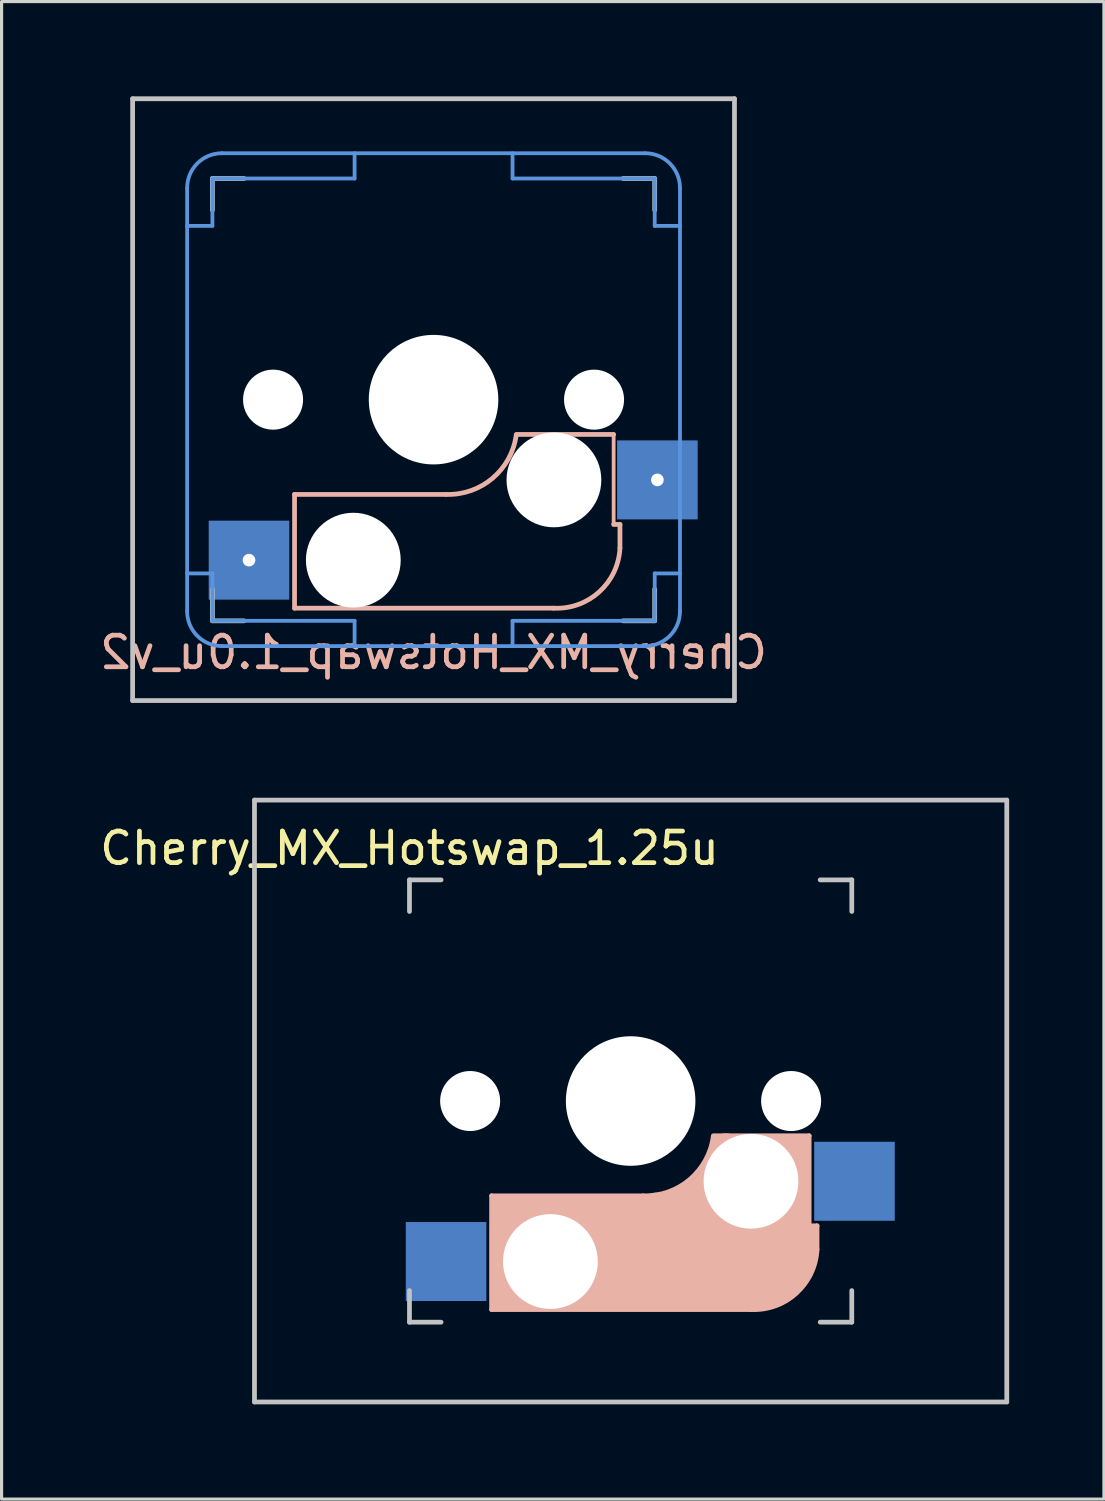
<source format=kicad_pcb>
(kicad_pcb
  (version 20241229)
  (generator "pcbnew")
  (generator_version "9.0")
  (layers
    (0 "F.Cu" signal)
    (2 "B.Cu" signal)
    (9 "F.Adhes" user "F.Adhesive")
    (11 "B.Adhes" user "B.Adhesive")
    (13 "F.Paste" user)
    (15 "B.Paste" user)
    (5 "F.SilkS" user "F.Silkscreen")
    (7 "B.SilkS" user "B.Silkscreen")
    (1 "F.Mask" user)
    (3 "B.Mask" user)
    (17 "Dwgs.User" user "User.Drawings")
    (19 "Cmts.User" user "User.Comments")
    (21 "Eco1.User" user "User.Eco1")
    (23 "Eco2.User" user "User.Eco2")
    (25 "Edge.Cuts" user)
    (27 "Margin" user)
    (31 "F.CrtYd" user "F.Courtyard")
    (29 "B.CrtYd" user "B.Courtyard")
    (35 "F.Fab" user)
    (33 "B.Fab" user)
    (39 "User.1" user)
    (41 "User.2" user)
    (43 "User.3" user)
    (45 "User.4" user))
  (footprint "Cherry_MX_Hotswap_1.0u_v2"
    (layer "F.Cu")
    (at 10.673 9.6)
    (property "Reference" "Cherry_MX_Hotswap_1.0u_v2" (at 0 8 180) (layer "B.SilkS") (effects (font (size 1 1) (thickness 0.15)) (justify mirror)))
    (attr through_hole)
    (fp_line (start -4.4 3) (end -4.4 6.6) (stroke (width 0.15) (type solid)) (layer "B.SilkS"))
    (fp_line (start -4.4 6.6) (end 3.8 6.6) (stroke (width 0.15) (type solid)) (layer "B.SilkS"))
    (fp_line (start 0.4 3) (end -4.4 3) (stroke (width 0.15) (type solid)) (layer "B.SilkS"))
    (fp_line (start 5.7 1.1) (end 2.62 1.1) (stroke (width 0.15) (type solid)) (layer "B.SilkS"))
    (fp_line (start 5.7 3.95) (end 5.7 1.1) (stroke (width 0.12) (type solid)) (layer "B.SilkS"))
    (fp_line (start 5.9 3.95) (end 5.7 3.95) (stroke (width 0.15) (type solid)) (layer "B.SilkS"))
    (fp_line (start 5.9 4.7) (end 5.9 3.95) (stroke (width 0.15) (type solid)) (layer "B.SilkS"))
    (fp_arc (start 2.616318 1.121471) (mid 1.868709 2.486118) (end 0.4 3) (stroke (width 0.15) (type solid)) (layer "B.SilkS"))
    (fp_arc (start 5.9 4.699999) (mid 5.243504 6.084924) (end 3.800001 6.6) (stroke (width 0.15) (type solid)) (layer "B.SilkS"))
    (fp_line (start -9.525 -9.525) (end 9.525 -9.525) (stroke (width 0.15) (type solid)) (layer "Dwgs.User"))
    (fp_line (start -9.525 9.525) (end -9.525 -9.525) (stroke (width 0.15) (type solid)) (layer "Dwgs.User"))
    (fp_line (start -7 -7) (end -7 -6) (stroke (width 0.15) (type solid)) (layer "Dwgs.User"))
    (fp_line (start -7 7) (end -7 6) (stroke (width 0.15) (type solid)) (layer "Dwgs.User"))
    (fp_line (start -7 7) (end -6 7) (stroke (width 0.15) (type solid)) (layer "Dwgs.User"))
    (fp_line (start -6 -7) (end -7 -7) (stroke (width 0.15) (type solid)) (layer "Dwgs.User"))
    (fp_line (start 7 -7) (end 6 -7) (stroke (width 0.15) (type solid)) (layer "Dwgs.User"))
    (fp_line (start 7 -6) (end 7 -7) (stroke (width 0.15) (type solid)) (layer "Dwgs.User"))
    (fp_line (start 7 6) (end 7 7) (stroke (width 0.15) (type solid)) (layer "Dwgs.User"))
    (fp_line (start 7 7) (end 6 7) (stroke (width 0.15) (type solid)) (layer "Dwgs.User"))
    (fp_line (start 9.525 -9.525) (end 9.525 9.525) (stroke (width 0.15) (type solid)) (layer "Dwgs.User"))
    (fp_line (start 9.525 9.525) (end -9.525 9.525) (stroke (width 0.15) (type solid)) (layer "Dwgs.User"))
    (fp_line (start -7.8 -6.7) (end -7.8 6.7) (stroke (width 0.12) (type solid)) (layer "Cmts.User"))
    (fp_line (start -7 -7) (end -2.5 -7) (stroke (width 0.12) (type solid)) (layer "Cmts.User"))
    (fp_line (start -7 -5.5) (end -7.8 -5.5) (stroke (width 0.12) (type solid)) (layer "Cmts.User"))
    (fp_line (start -7 -5.5) (end -7 -7) (stroke (width 0.12) (type solid)) (layer "Cmts.User"))
    (fp_line (start -7 5.5) (end -7.8 5.5) (stroke (width 0.12) (type solid)) (layer "Cmts.User"))
    (fp_line (start -7 5.5) (end -7 7) (stroke (width 0.12) (type solid)) (layer "Cmts.User"))
    (fp_line (start -7 7) (end -2.5 7) (stroke (width 0.12) (type solid)) (layer "Cmts.User"))
    (fp_line (start -6.7 7.8) (end 6.7 7.8) (stroke (width 0.12) (type solid)) (layer "Cmts.User"))
    (fp_line (start -2.5 -7) (end -2.5 -7.8) (stroke (width 0.12) (type solid)) (layer "Cmts.User"))
    (fp_line (start -2.5 7) (end -2.5 7.8) (stroke (width 0.12) (type solid)) (layer "Cmts.User"))
    (fp_line (start 2.5 -7) (end 2.5 -7.8) (stroke (width 0.12) (type solid)) (layer "Cmts.User"))
    (fp_line (start 2.5 7) (end 2.5 7.8) (stroke (width 0.12) (type solid)) (layer "Cmts.User"))
    (fp_line (start 6.7 -7.8) (end -6.7 -7.8) (stroke (width 0.12) (type solid)) (layer "Cmts.User"))
    (fp_line (start 7 -7) (end 2.5 -7) (stroke (width 0.12) (type solid)) (layer "Cmts.User"))
    (fp_line (start 7 -5.5) (end 7 -7) (stroke (width 0.12) (type solid)) (layer "Cmts.User"))
    (fp_line (start 7 -5.5) (end 7.8 -5.5) (stroke (width 0.12) (type solid)) (layer "Cmts.User"))
    (fp_line (start 7 5.5) (end 7 7) (stroke (width 0.12) (type solid)) (layer "Cmts.User"))
    (fp_line (start 7 5.5) (end 7.8 5.5) (stroke (width 0.12) (type solid)) (layer "Cmts.User"))
    (fp_line (start 7 7) (end 2.5 7) (stroke (width 0.12) (type solid)) (layer "Cmts.User"))
    (fp_line (start 7.8 6.7) (end 7.8 -6.7) (stroke (width 0.12) (type solid)) (layer "Cmts.User"))
    (fp_arc (start -7.8 -6.7) (mid -7.477817 -7.477817) (end -6.7 -7.8) (stroke (width 0.12) (type solid)) (layer "Cmts.User"))
    (fp_arc (start -6.7 7.8) (mid -7.477817 7.477817) (end -7.8 6.7) (stroke (width 0.12) (type solid)) (layer "Cmts.User"))
    (fp_arc (start 6.7 -7.8) (mid 7.477817 -7.477817) (end 7.8 -6.7) (stroke (width 0.12) (type solid)) (layer "Cmts.User"))
    (fp_arc (start 7.8 6.7) (mid 7.477817 7.477817) (end 6.7 7.8) (stroke (width 0.12) (type solid)) (layer "Cmts.User"))
    (pad "" np_thru_hole circle (at -5.08 0 180) (size 1.9 1.9) (drill 1.9) (layers "*.Cu" "*.Mask"))
    (pad "" np_thru_hole circle (at -2.54 5.08 180) (size 3 3) (drill 3) (layers "*.Cu" "*.Mask"))
    (pad "" np_thru_hole circle (at 0 0 270) (size 4.1 4.1) (drill 4.1) (layers "*.Cu" "*.Mask"))
    (pad "" np_thru_hole circle (at 3.81 2.54 180) (size 3 3) (drill 3) (layers "*.Cu" "*.Mask"))
    (pad "" np_thru_hole circle (at 5.08 0 180) (size 1.9 1.9) (drill 1.9) (layers "*.Cu" "*.Mask"))
    (pad "1" thru_hole circle (at 7.085 2.54) (size 1 1) (drill 0.4) (layers "*.Cu" "*.Mask"))
    (pad "1" smd rect (at 7.085 2.54) (size 2.55 2.5) (layers "B.Cu" "B.Mask" "B.Paste"))
    (pad "2" thru_hole circle (at -5.842 5.08) (size 1 1) (drill 0.4) (layers "*.Cu" "*.Mask"))
    (pad "2" smd rect (at -5.842 5.08) (size 2.55 2.5) (layers "B.Cu" "B.Mask" "B.Paste")))
  (footprint "Cherry_MX_Hotswap_1.25u"
    (layer "F.Cu")
    (at 16.911 31.8)
    (property "Reference" "Cherry_MX_Hotswap_1.25u" (at -7 -8 180) (layer "F.SilkS") (effects (font (size 1 1) (thickness 0.15))))
    (attr through_hole)
    (fp_line (start -4.4 3) (end -4.4 6.6) (stroke (width 0.15) (type solid)) (layer "B.SilkS"))
    (fp_line (start -4.4 6.6) (end 3.8 6.6) (stroke (width 0.15) (type solid)) (layer "B.SilkS"))
    (fp_line (start -4.38 4) (end -4.38 6.25) (stroke (width 0.15) (type solid)) (layer "B.SilkS"))
    (fp_line (start -4.25 6.4) (end -3 6.4) (stroke (width 0.4) (type solid)) (layer "B.SilkS"))
    (fp_line (start -4.2 3.25) (end -2.9 3.3) (stroke (width 0.5) (type solid)) (layer "B.SilkS"))
    (fp_line (start -3.9 6) (end -3.9 3.5) (stroke (width 1) (type solid)) (layer "B.SilkS"))
    (fp_line (start -2.6 4.8) (end 4.1 4.8) (stroke (width 3.5) (type solid)) (layer "B.SilkS"))
    (fp_line (start 0.4 3) (end -4.4 3) (stroke (width 0.15) (type solid)) (layer "B.SilkS"))
    (fp_line (start 4.17 5.1) (end 4.17 2.86) (stroke (width 3) (type solid)) (layer "B.SilkS"))
    (fp_line (start 5.3 1.6) (end 5.3 3.4) (stroke (width 0.8) (type solid)) (layer "B.SilkS"))
    (fp_line (start 5.45 1.3) (end 3 1.3) (stroke (width 0.5) (type solid)) (layer "B.SilkS"))
    (fp_line (start 5.65 1.1) (end 2.62 1.1) (stroke (width 0.15) (type solid)) (layer "B.SilkS"))
    (fp_line (start 5.65 5.55) (end 5.65 1.1) (stroke (width 0.15) (type solid)) (layer "B.SilkS"))
    (fp_line (start 5.8 4.05) (end 5.8 4.7) (stroke (width 0.3) (type solid)) (layer "B.SilkS"))
    (fp_line (start 5.9 3.95) (end 5.7 3.95) (stroke (width 0.15) (type solid)) (layer "B.SilkS"))
    (fp_line (start 5.9 4.7) (end 5.9 3.95) (stroke (width 0.15) (type solid)) (layer "B.SilkS"))
    (fp_arc (start 2.616318 1.121471) (mid 1.868709 2.486118) (end 0.4 3) (stroke (width 0.15) (type solid)) (layer "B.SilkS"))
    (fp_arc (start 3.016318 1.521471) (mid 2.268709 2.886118) (end 0.8 3.4) (stroke (width 1) (type solid)) (layer "B.SilkS"))
    (fp_arc (start 5.9 4.699999) (mid 5.243504 6.084924) (end 3.800001 6.6) (stroke (width 0.15) (type solid)) (layer "B.SilkS"))
    (fp_line (start -11.906 -9.525) (end 11.906 -9.525) (stroke (width 0.15) (type solid)) (layer "Dwgs.User"))
    (fp_line (start -11.906 9.525) (end -11.906 -9.525) (stroke (width 0.15) (type solid)) (layer "Dwgs.User"))
    (fp_line (start -7 -7) (end -7 -6) (stroke (width 0.15) (type solid)) (layer "Dwgs.User"))
    (fp_line (start -7 7) (end -7 6) (stroke (width 0.15) (type solid)) (layer "Dwgs.User"))
    (fp_line (start -7 7) (end -6 7) (stroke (width 0.15) (type solid)) (layer "Dwgs.User"))
    (fp_line (start -6 -7) (end -7 -7) (stroke (width 0.15) (type solid)) (layer "Dwgs.User"))
    (fp_line (start 7 -7) (end 6 -7) (stroke (width 0.15) (type solid)) (layer "Dwgs.User"))
    (fp_line (start 7 -6) (end 7 -7) (stroke (width 0.15) (type solid)) (layer "Dwgs.User"))
    (fp_line (start 7 6) (end 7 7) (stroke (width 0.15) (type solid)) (layer "Dwgs.User"))
    (fp_line (start 7 7) (end 6 7) (stroke (width 0.15) (type solid)) (layer "Dwgs.User"))
    (fp_line (start 11.906 -9.525) (end 11.906 9.525) (stroke (width 0.15) (type solid)) (layer "Dwgs.User"))
    (fp_line (start 11.906 9.525) (end -11.906 9.525) (stroke (width 0.15) (type solid)) (layer "Dwgs.User"))
    (pad "" np_thru_hole circle (at -5.08 0 180) (size 1.9 1.9) (drill 1.9) (layers "*.Cu" "*.Mask"))
    (pad "" np_thru_hole circle (at -2.54 5.08 180) (size 3 3) (drill 3) (layers "*.Cu" "*.Mask"))
    (pad "" np_thru_hole circle (at 0 0 270) (size 4.1 4.1) (drill 4.1) (layers "*.Cu" "*.Mask"))
    (pad "" np_thru_hole circle (at 3.81 2.54 180) (size 3 3) (drill 3) (layers "*.Cu" "*.Mask"))
    (pad "" np_thru_hole circle (at 5.08 0 180) (size 1.9 1.9) (drill 1.9) (layers "*.Cu" "*.Mask"))
    (pad "1" smd rect (at 7.085 2.54) (size 2.55 2.5) (layers "B.Cu" "B.Mask" "B.Paste"))
    (pad "2" smd rect (at -5.842 5.08) (size 2.55 2.5) (layers "B.Cu" "B.Mask" "B.Paste")))
  (gr_rect
    (start -3 -3)
    (end 31.892 44.4)
    (stroke (width 0.1) (type default))
    (fill no)
    (layer "Edge.Cuts")))
</source>
